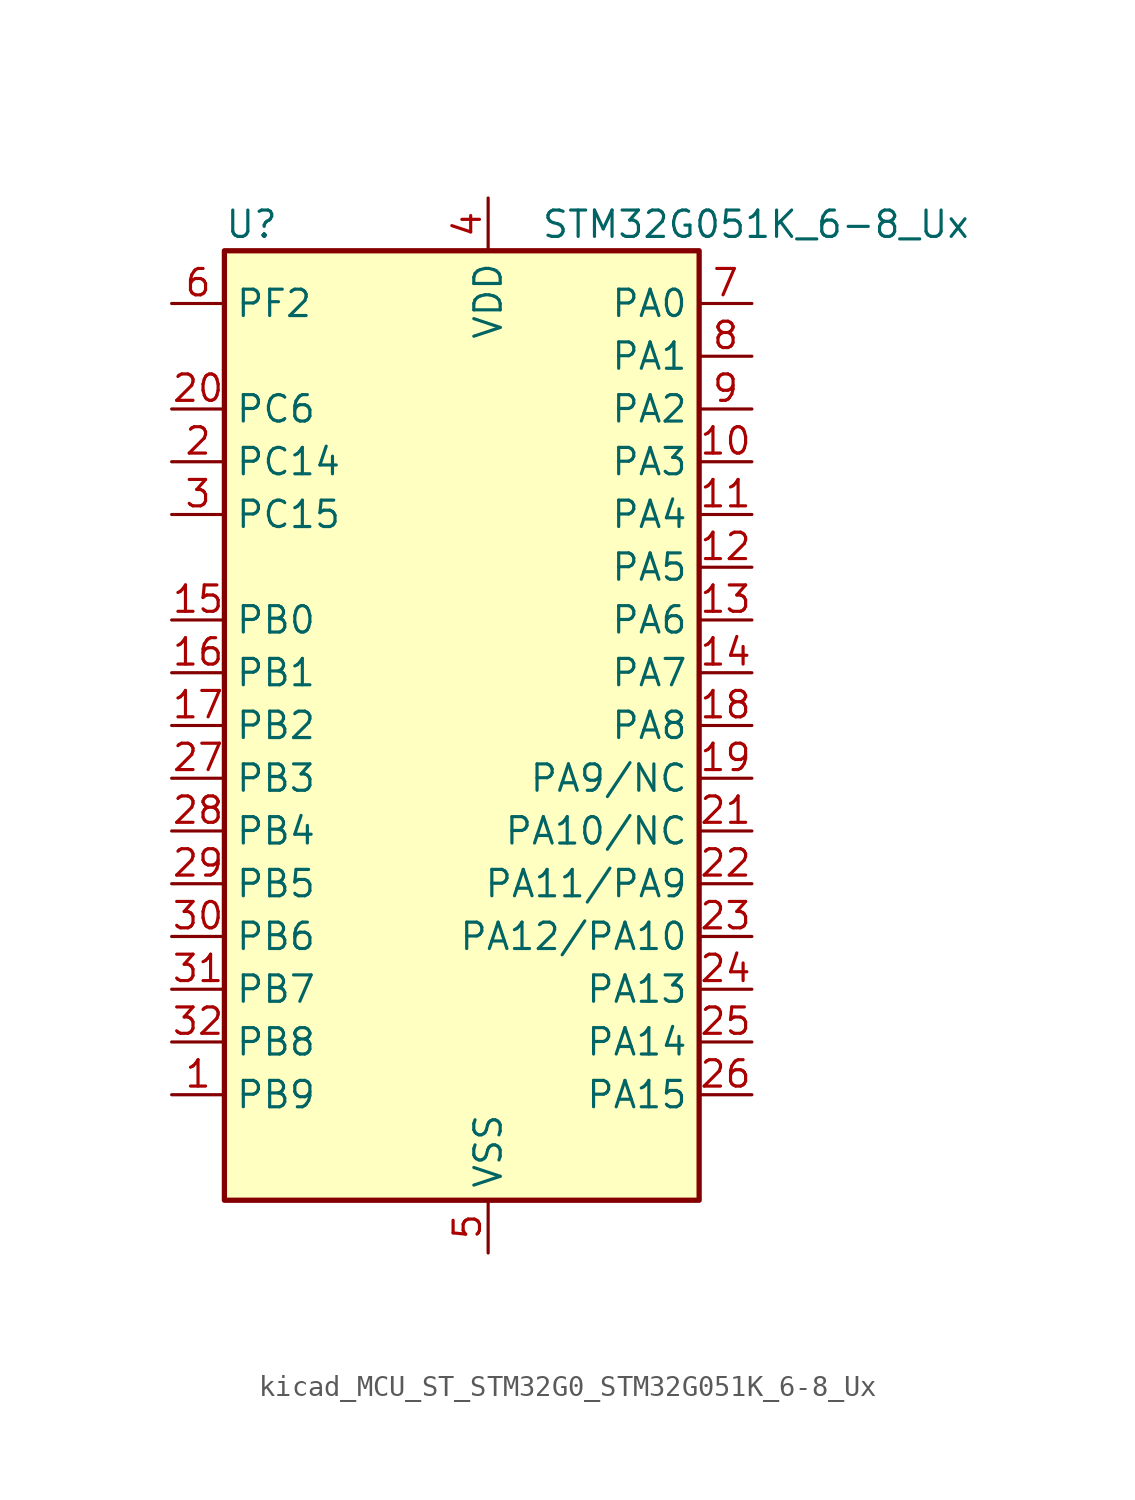
<source format=kicad_sym>
(kicad_symbol_lib
  (version 20220914)
  (generator kicad_symbol_editor)
  (symbol "kicad_MCU_ST_STM32G0_STM32G051K_6-8_Ux"
    (property "Reference" "U"
      (at -10.16 24.13 0)
      (effects (font (size 1.27 1.27)) (justify left)))
    (property "Value" "STM32G051K_6-8_Ux"
      (at 5.08 24.13 0)
      (effects (font (size 1.27 1.27)) (justify left)))
    (property "ki_locked" ""
      (at 0 0 0)
      (effects (font (size 1.27 1.27))))
    (symbol "kicad_MCU_ST_STM32G0_STM32G051K_6-8_Ux_0_1"
      (rectangle (start -10.16 -22.86) (end 12.7 22.86) (stroke (width 0.254) (type default)) (fill (type background))))
    (symbol "kicad_MCU_ST_STM32G0_STM32G051K_6-8_Ux_1_1"
      (pin bidirectional line (at -12.7 -17.78 0) (length 2.54) (name "PB9" (effects (font (size 1.27 1.27)))) (number "1" (effects (font (size 1.27 1.27)))) (alternate "DAC1_EXTI9" bidirectional line) (alternate "I2C1_SDA" bidirectional line) (alternate "IR_OUT" bidirectional line) (alternate "SPI2_NSS" bidirectional line) (alternate "TIM17_CH1" bidirectional line))
      (pin bidirectional line (at 15.24 12.7 180) (length 2.54) (name "PA3" (effects (font (size 1.27 1.27)))) (number "10" (effects (font (size 1.27 1.27)))) (alternate "ADC1_IN3" bidirectional line) (alternate "COMP2_INP" bidirectional line) (alternate "LPUART1_RX" bidirectional line) (alternate "SPI2_MISO" bidirectional line) (alternate "TIM15_CH2" bidirectional line) (alternate "TIM2_CH4" bidirectional line) (alternate "USART2_RX" bidirectional line))
      (pin bidirectional line (at 15.24 10.16 180) (length 2.54) (name "PA4" (effects (font (size 1.27 1.27)))) (number "11" (effects (font (size 1.27 1.27)))) (alternate "ADC1_IN4" bidirectional line) (alternate "DAC1_OUT1" bidirectional line) (alternate "I2S1_WS" bidirectional line) (alternate "LPTIM2_OUT" bidirectional line) (alternate "RTC_OUT1" bidirectional line) (alternate "RTC_TAMP_IN1" bidirectional line) (alternate "RTC_TS" bidirectional line) (alternate "SPI1_NSS" bidirectional line) (alternate "SPI2_MOSI" bidirectional line) (alternate "SYS_WKUP2" bidirectional line) (alternate "TIM14_CH1" bidirectional line))
      (pin bidirectional line (at 15.24 7.62 180) (length 2.54) (name "PA5" (effects (font (size 1.27 1.27)))) (number "12" (effects (font (size 1.27 1.27)))) (alternate "ADC1_IN5" bidirectional line) (alternate "DAC1_OUT2" bidirectional line) (alternate "I2S1_CK" bidirectional line) (alternate "LPTIM2_ETR" bidirectional line) (alternate "SPI1_SCK" bidirectional line) (alternate "TIM2_CH1" bidirectional line) (alternate "TIM2_ETR" bidirectional line))
      (pin bidirectional line (at 15.24 5.08 180) (length 2.54) (name "PA6" (effects (font (size 1.27 1.27)))) (number "13" (effects (font (size 1.27 1.27)))) (alternate "ADC1_IN6" bidirectional line) (alternate "COMP1_OUT" bidirectional line) (alternate "I2S1_MCK" bidirectional line) (alternate "LPUART1_CTS" bidirectional line) (alternate "SPI1_MISO" bidirectional line) (alternate "TIM16_CH1" bidirectional line) (alternate "TIM1_BK" bidirectional line) (alternate "TIM3_CH1" bidirectional line))
      (pin bidirectional line (at 15.24 2.54 180) (length 2.54) (name "PA7" (effects (font (size 1.27 1.27)))) (number "14" (effects (font (size 1.27 1.27)))) (alternate "ADC1_IN7" bidirectional line) (alternate "COMP2_OUT" bidirectional line) (alternate "I2S1_SD" bidirectional line) (alternate "SPI1_MOSI" bidirectional line) (alternate "TIM14_CH1" bidirectional line) (alternate "TIM17_CH1" bidirectional line) (alternate "TIM1_CH1N" bidirectional line) (alternate "TIM3_CH2" bidirectional line))
      (pin bidirectional line (at -12.7 5.08 0) (length 2.54) (name "PB0" (effects (font (size 1.27 1.27)))) (number "15" (effects (font (size 1.27 1.27)))) (alternate "ADC1_IN8" bidirectional line) (alternate "COMP1_OUT" bidirectional line) (alternate "I2S1_WS" bidirectional line) (alternate "LPTIM1_OUT" bidirectional line) (alternate "SPI1_NSS" bidirectional line) (alternate "TIM1_CH2N" bidirectional line) (alternate "TIM3_CH3" bidirectional line))
      (pin bidirectional line (at -12.7 2.54 0) (length 2.54) (name "PB1" (effects (font (size 1.27 1.27)))) (number "16" (effects (font (size 1.27 1.27)))) (alternate "ADC1_IN9" bidirectional line) (alternate "COMP1_INM" bidirectional line) (alternate "LPTIM2_IN1" bidirectional line) (alternate "LPUART1_DE" bidirectional line) (alternate "LPUART1_RTS" bidirectional line) (alternate "TIM14_CH1" bidirectional line) (alternate "TIM1_CH3N" bidirectional line) (alternate "TIM3_CH4" bidirectional line))
      (pin bidirectional line (at -12.7 0 0) (length 2.54) (name "PB2" (effects (font (size 1.27 1.27)))) (number "17" (effects (font (size 1.27 1.27)))) (alternate "ADC1_IN10" bidirectional line) (alternate "COMP1_INP" bidirectional line) (alternate "LPTIM1_OUT" bidirectional line) (alternate "SPI2_MISO" bidirectional line))
      (pin bidirectional line (at 15.24 0 180) (length 2.54) (name "PA8" (effects (font (size 1.27 1.27)))) (number "18" (effects (font (size 1.27 1.27)))) (alternate "LPTIM2_OUT" bidirectional line) (alternate "RCC_MCO" bidirectional line) (alternate "SPI2_NSS" bidirectional line) (alternate "TIM1_CH1" bidirectional line))
      (pin bidirectional line (at 15.24 -2.54 180) (length 2.54) (name "PA9/NC" (effects (font (size 1.27 1.27)))) (number "19" (effects (font (size 1.27 1.27)))) (alternate "DAC1_EXTI9" bidirectional line) (alternate "I2C1_SCL" bidirectional line) (alternate "RCC_MCO" bidirectional line) (alternate "SPI2_MISO" bidirectional line) (alternate "TIM15_BK" bidirectional line) (alternate "TIM1_CH2" bidirectional line) (alternate "USART1_TX" bidirectional line))
      (pin bidirectional line (at -12.7 12.7 0) (length 2.54) (name "PC14" (effects (font (size 1.27 1.27)))) (number "2" (effects (font (size 1.27 1.27)))) (alternate "RCC_OSC32_IN" bidirectional line) (alternate "RCC_OSC_IN" bidirectional line) (alternate "TIM1_BK2" bidirectional line))
      (pin bidirectional line (at -12.7 15.24 0) (length 2.54) (name "PC6" (effects (font (size 1.27 1.27)))) (number "20" (effects (font (size 1.27 1.27)))) (alternate "TIM2_CH3" bidirectional line) (alternate "TIM3_CH1" bidirectional line))
      (pin bidirectional line (at 15.24 -5.08 180) (length 2.54) (name "PA10/NC" (effects (font (size 1.27 1.27)))) (number "21" (effects (font (size 1.27 1.27)))) (alternate "I2C1_SDA" bidirectional line) (alternate "SPI2_MOSI" bidirectional line) (alternate "TIM17_BK" bidirectional line) (alternate "TIM1_CH3" bidirectional line) (alternate "USART1_RX" bidirectional line))
      (pin bidirectional line (at 15.24 -7.62 180) (length 2.54) (name "PA11/PA9" (effects (font (size 1.27 1.27)))) (number "22" (effects (font (size 1.27 1.27)))) (alternate "ADC1_EXTI11" bidirectional line) (alternate "ADC1_IN15" bidirectional line) (alternate "COMP1_OUT" bidirectional line) (alternate "I2C2_SCL" bidirectional line) (alternate "I2S1_MCK" bidirectional line) (alternate "SPI1_MISO" bidirectional line) (alternate "TIM1_BK2" bidirectional line) (alternate "TIM1_CH4" bidirectional line) (alternate "USART1_CTS" bidirectional line) (alternate "USART1_NSS" bidirectional line))
      (pin bidirectional line (at 15.24 -10.16 180) (length 2.54) (name "PA12/PA10" (effects (font (size 1.27 1.27)))) (number "23" (effects (font (size 1.27 1.27)))) (alternate "ADC1_IN16" bidirectional line) (alternate "COMP2_OUT" bidirectional line) (alternate "I2C2_SDA" bidirectional line) (alternate "I2S1_SD" bidirectional line) (alternate "I2S_CKIN" bidirectional line) (alternate "SPI1_MOSI" bidirectional line) (alternate "TIM1_ETR" bidirectional line) (alternate "USART1_CK" bidirectional line) (alternate "USART1_DE" bidirectional line) (alternate "USART1_RTS" bidirectional line))
      (pin bidirectional line (at 15.24 -12.7 180) (length 2.54) (name "PA13" (effects (font (size 1.27 1.27)))) (number "24" (effects (font (size 1.27 1.27)))) (alternate "ADC1_IN17" bidirectional line) (alternate "IR_OUT" bidirectional line) (alternate "SYS_SWDIO" bidirectional line))
      (pin bidirectional line (at 15.24 -15.24 180) (length 2.54) (name "PA14" (effects (font (size 1.27 1.27)))) (number "25" (effects (font (size 1.27 1.27)))) (alternate "ADC1_IN18" bidirectional line) (alternate "SYS_SWCLK" bidirectional line) (alternate "USART2_TX" bidirectional line))
      (pin bidirectional line (at 15.24 -17.78 180) (length 2.54) (name "PA15" (effects (font (size 1.27 1.27)))) (number "26" (effects (font (size 1.27 1.27)))) (alternate "I2S1_WS" bidirectional line) (alternate "SPI1_NSS" bidirectional line) (alternate "TIM2_CH1" bidirectional line) (alternate "TIM2_ETR" bidirectional line) (alternate "USART2_RX" bidirectional line))
      (pin bidirectional line (at -12.7 -2.54 0) (length 2.54) (name "PB3" (effects (font (size 1.27 1.27)))) (number "27" (effects (font (size 1.27 1.27)))) (alternate "COMP2_INM" bidirectional line) (alternate "I2S1_CK" bidirectional line) (alternate "SPI1_SCK" bidirectional line) (alternate "TIM1_CH2" bidirectional line) (alternate "TIM2_CH2" bidirectional line) (alternate "USART1_CK" bidirectional line) (alternate "USART1_DE" bidirectional line) (alternate "USART1_RTS" bidirectional line))
      (pin bidirectional line (at -12.7 -5.08 0) (length 2.54) (name "PB4" (effects (font (size 1.27 1.27)))) (number "28" (effects (font (size 1.27 1.27)))) (alternate "COMP2_INP" bidirectional line) (alternate "I2S1_MCK" bidirectional line) (alternate "SPI1_MISO" bidirectional line) (alternate "TIM17_BK" bidirectional line) (alternate "TIM3_CH1" bidirectional line) (alternate "USART1_CTS" bidirectional line) (alternate "USART1_NSS" bidirectional line))
      (pin bidirectional line (at -12.7 -7.62 0) (length 2.54) (name "PB5" (effects (font (size 1.27 1.27)))) (number "29" (effects (font (size 1.27 1.27)))) (alternate "COMP2_OUT" bidirectional line) (alternate "I2C1_SMBA" bidirectional line) (alternate "I2S1_SD" bidirectional line) (alternate "LPTIM1_IN1" bidirectional line) (alternate "SPI1_MOSI" bidirectional line) (alternate "SYS_WKUP6" bidirectional line) (alternate "TIM16_BK" bidirectional line) (alternate "TIM3_CH2" bidirectional line))
      (pin bidirectional line (at -12.7 10.16 0) (length 2.54) (name "PC15" (effects (font (size 1.27 1.27)))) (number "3" (effects (font (size 1.27 1.27)))) (alternate "RCC_OSC32_EN" bidirectional line) (alternate "RCC_OSC32_OUT" bidirectional line) (alternate "RCC_OSC_EN" bidirectional line) (alternate "TIM15_BK" bidirectional line))
      (pin bidirectional line (at -12.7 -10.16 0) (length 2.54) (name "PB6" (effects (font (size 1.27 1.27)))) (number "30" (effects (font (size 1.27 1.27)))) (alternate "COMP2_INP" bidirectional line) (alternate "I2C1_SCL" bidirectional line) (alternate "LPTIM1_ETR" bidirectional line) (alternate "SPI2_MISO" bidirectional line) (alternate "TIM16_CH1N" bidirectional line) (alternate "TIM1_CH3" bidirectional line) (alternate "USART1_TX" bidirectional line))
      (pin bidirectional line (at -12.7 -12.7 0) (length 2.54) (name "PB7" (effects (font (size 1.27 1.27)))) (number "31" (effects (font (size 1.27 1.27)))) (alternate "ADC1_IN11" bidirectional line) (alternate "COMP2_INM" bidirectional line) (alternate "I2C1_SDA" bidirectional line) (alternate "LPTIM1_IN2" bidirectional line) (alternate "SPI2_MOSI" bidirectional line) (alternate "SYS_PVD_IN" bidirectional line) (alternate "TIM17_CH1N" bidirectional line) (alternate "USART1_RX" bidirectional line))
      (pin bidirectional line (at -12.7 -15.24 0) (length 2.54) (name "PB8" (effects (font (size 1.27 1.27)))) (number "32" (effects (font (size 1.27 1.27)))) (alternate "I2C1_SCL" bidirectional line) (alternate "SPI2_SCK" bidirectional line) (alternate "TIM15_BK" bidirectional line) (alternate "TIM16_CH1" bidirectional line))
      (pin passive line (at 2.54 -25.4 90) (length 2.54) hide (name "VSS" (effects (font (size 1.27 1.27)))) (number "33" (effects (font (size 1.27 1.27)))))
      (pin power_in line (at 2.54 25.4 270) (length 2.54) (name "VDD" (effects (font (size 1.27 1.27)))) (number "4" (effects (font (size 1.27 1.27)))))
      (pin power_in line (at 2.54 -25.4 90) (length 2.54) (name "VSS" (effects (font (size 1.27 1.27)))) (number "5" (effects (font (size 1.27 1.27)))))
      (pin bidirectional line (at -12.7 20.32 0) (length 2.54) (name "PF2" (effects (font (size 1.27 1.27)))) (number "6" (effects (font (size 1.27 1.27)))) (alternate "RCC_MCO" bidirectional line))
      (pin bidirectional line (at 15.24 20.32 180) (length 2.54) (name "PA0" (effects (font (size 1.27 1.27)))) (number "7" (effects (font (size 1.27 1.27)))) (alternate "ADC1_IN0" bidirectional line) (alternate "COMP1_INM" bidirectional line) (alternate "COMP1_OUT" bidirectional line) (alternate "LPTIM1_OUT" bidirectional line) (alternate "RTC_TAMP_IN2" bidirectional line) (alternate "SPI2_SCK" bidirectional line) (alternate "SYS_WKUP1" bidirectional line) (alternate "TIM2_CH1" bidirectional line) (alternate "TIM2_ETR" bidirectional line) (alternate "USART2_CTS" bidirectional line) (alternate "USART2_NSS" bidirectional line))
      (pin bidirectional line (at 15.24 17.78 180) (length 2.54) (name "PA1" (effects (font (size 1.27 1.27)))) (number "8" (effects (font (size 1.27 1.27)))) (alternate "ADC1_IN1" bidirectional line) (alternate "COMP1_INP" bidirectional line) (alternate "I2C1_SMBA" bidirectional line) (alternate "I2S1_CK" bidirectional line) (alternate "SPI1_SCK" bidirectional line) (alternate "TIM15_CH1N" bidirectional line) (alternate "TIM2_CH2" bidirectional line) (alternate "USART2_CK" bidirectional line) (alternate "USART2_DE" bidirectional line) (alternate "USART2_RTS" bidirectional line))
      (pin bidirectional line (at 15.24 15.24 180) (length 2.54) (name "PA2" (effects (font (size 1.27 1.27)))) (number "9" (effects (font (size 1.27 1.27)))) (alternate "ADC1_IN2" bidirectional line) (alternate "COMP2_INM" bidirectional line) (alternate "COMP2_OUT" bidirectional line) (alternate "I2S1_SD" bidirectional line) (alternate "LPUART1_TX" bidirectional line) (alternate "RCC_LSCO" bidirectional line) (alternate "SPI1_MOSI" bidirectional line) (alternate "SYS_WKUP4" bidirectional line) (alternate "TIM15_CH1" bidirectional line) (alternate "TIM2_CH3" bidirectional line) (alternate "USART2_TX" bidirectional line)))))
</source>
